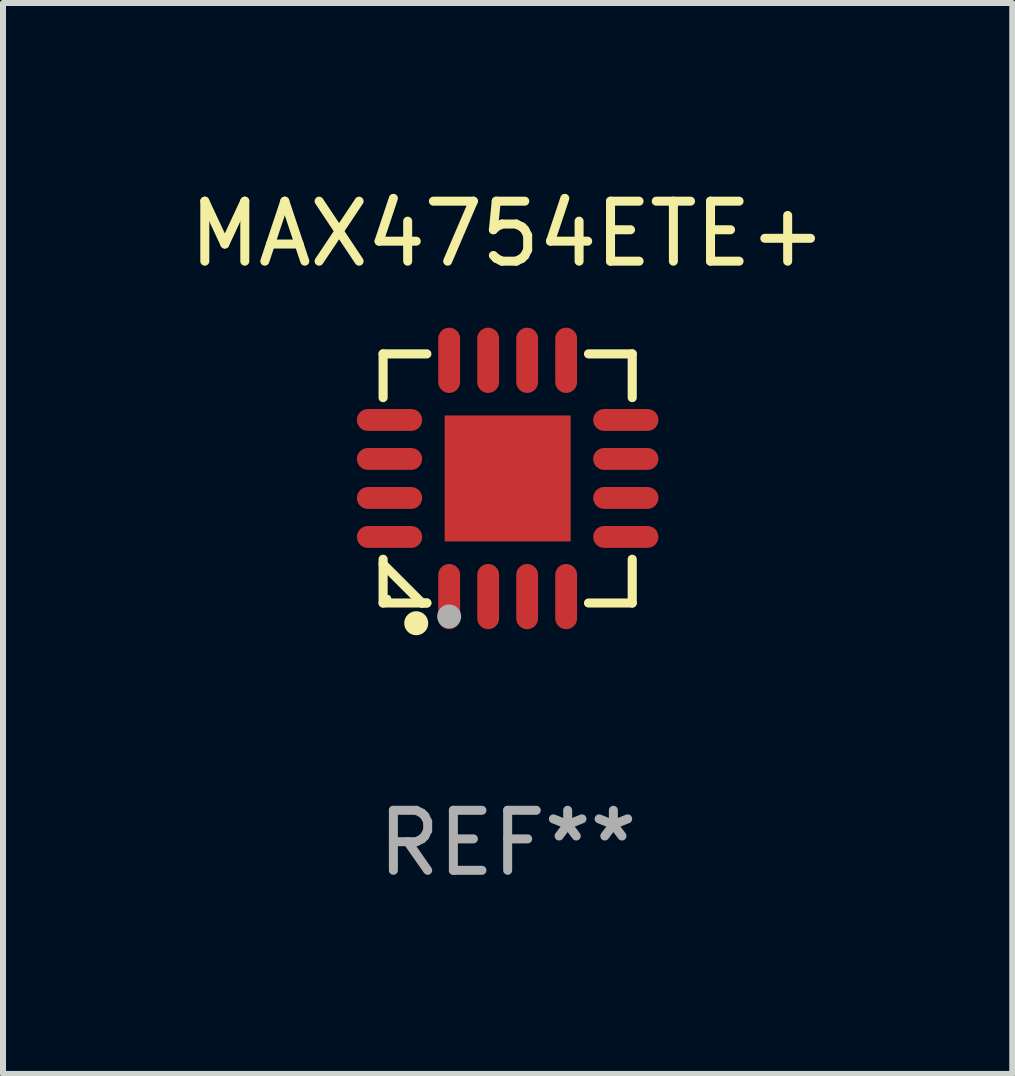
<source format=kicad_pcb>
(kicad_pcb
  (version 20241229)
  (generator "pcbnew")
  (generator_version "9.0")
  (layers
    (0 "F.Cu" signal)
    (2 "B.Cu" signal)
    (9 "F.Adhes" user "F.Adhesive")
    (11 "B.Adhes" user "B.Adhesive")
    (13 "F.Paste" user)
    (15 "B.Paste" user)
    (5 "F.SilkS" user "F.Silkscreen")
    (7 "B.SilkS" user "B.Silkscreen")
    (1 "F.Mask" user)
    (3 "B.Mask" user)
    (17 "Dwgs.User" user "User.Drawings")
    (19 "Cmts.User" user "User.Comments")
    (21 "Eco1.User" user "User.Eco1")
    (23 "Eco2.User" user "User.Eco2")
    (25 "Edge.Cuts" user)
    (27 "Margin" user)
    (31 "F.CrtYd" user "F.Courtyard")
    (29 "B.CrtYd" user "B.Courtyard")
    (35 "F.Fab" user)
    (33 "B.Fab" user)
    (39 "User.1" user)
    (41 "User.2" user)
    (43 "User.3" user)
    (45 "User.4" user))
  (footprint "MAX4754ETE+"
    (layer "F.Cu")
    (at 5.411 4.924)
    (property "Reference" "MAX4754ETE+" (at 0 -4.076 0) (layer "F.SilkS") (effects (font (size 1 1) (thickness 0.15))))
    (attr through_hole)
    (fp_line (start -2.076 -2.076) (end -1.347 -2.076) (stroke (width 0.152) (type solid)) (layer "F.SilkS"))
    (fp_line (start -2.076 -1.347) (end -2.076 -2.076) (stroke (width 0.152) (type solid)) (layer "F.SilkS"))
    (fp_line (start -2.076 1.347) (end -2.076 2.076) (stroke (width 0.152) (type solid)) (layer "F.SilkS"))
    (fp_line (start -2.076 2.076) (end -1.347 2.076) (stroke (width 0.152) (type solid)) (layer "F.SilkS"))
    (fp_line (start -1.429 2.076) (end -2.076 1.429) (stroke (width 0.152) (type solid)) (layer "F.SilkS"))
    (fp_line (start -1.347 2.076) (end -1.429 2.076) (stroke (width 0.152) (type solid)) (layer "F.SilkS"))
    (fp_line (start 2.076 -2.076) (end 1.347 -2.076) (stroke (width 0.152) (type solid)) (layer "F.SilkS"))
    (fp_line (start 2.076 -1.347) (end 2.076 -2.076) (stroke (width 0.152) (type solid)) (layer "F.SilkS"))
    (fp_line (start 2.076 1.347) (end 2.076 2.076) (stroke (width 0.152) (type solid)) (layer "F.SilkS"))
    (fp_line (start 2.076 2.076) (end 1.347 2.076) (stroke (width 0.152) (type solid)) (layer "F.SilkS"))
    (fp_circle (center -2 2) (end -1.97 2) (stroke (width 0.06) (type solid)) (fill no) (layer "F.SilkS"))
    (fp_circle (center -1.524 2.413) (end -1.424 2.413) (stroke (width 0.2) (type solid)) (fill no) (layer "F.SilkS"))
    (fp_circle (center -0.975 2.3) (end -0.875 2.3) (stroke (width 0.2) (type solid)) (fill no) (layer "F.Fab"))
    (fp_text user "REF**" (at 0 6.076 0) (layer "F.Fab") (effects (font (size 1 1) (thickness 0.15))))
    (pad "1" smd oval (at -0.975 1.969) (size 0.364 1.087) (layers "F.Cu" "F.Mask" "F.Paste"))
    (pad "2" smd oval (at -0.325 1.969) (size 0.364 1.087) (layers "F.Cu" "F.Mask" "F.Paste"))
    (pad "3" smd oval (at 0.325 1.969) (size 0.364 1.087) (layers "F.Cu" "F.Mask" "F.Paste"))
    (pad "4" smd oval (at 0.975 1.969) (size 0.364 1.087) (layers "F.Cu" "F.Mask" "F.Paste"))
    (pad "5" smd oval (at 1.969 0.975) (size 1.087 0.364) (layers "F.Cu" "F.Mask" "F.Paste"))
    (pad "6" smd oval (at 1.969 0.325) (size 1.087 0.364) (layers "F.Cu" "F.Mask" "F.Paste"))
    (pad "7" smd oval (at 1.969 -0.325) (size 1.087 0.364) (layers "F.Cu" "F.Mask" "F.Paste"))
    (pad "8" smd oval (at 1.969 -0.975) (size 1.087 0.364) (layers "F.Cu" "F.Mask" "F.Paste"))
    (pad "9" smd oval (at 0.975 -1.969) (size 0.364 1.087) (layers "F.Cu" "F.Mask" "F.Paste"))
    (pad "10" smd oval (at 0.325 -1.969) (size 0.364 1.087) (layers "F.Cu" "F.Mask" "F.Paste"))
    (pad "11" smd oval (at -0.325 -1.969) (size 0.364 1.087) (layers "F.Cu" "F.Mask" "F.Paste"))
    (pad "12" smd oval (at -0.975 -1.969) (size 0.364 1.087) (layers "F.Cu" "F.Mask" "F.Paste"))
    (pad "13" smd oval (at -1.969 -0.975) (size 1.087 0.364) (layers "F.Cu" "F.Mask" "F.Paste"))
    (pad "14" smd oval (at -1.969 -0.325) (size 1.087 0.364) (layers "F.Cu" "F.Mask" "F.Paste"))
    (pad "15" smd oval (at -1.969 0.325) (size 1.087 0.364) (layers "F.Cu" "F.Mask" "F.Paste"))
    (pad "16" smd oval (at -1.969 0.975) (size 1.087 0.364) (layers "F.Cu" "F.Mask" "F.Paste"))
    (pad "17" smd rect (at 0 0) (size 2.1 2.1) (layers "F.Cu" "F.Mask" "F.Paste")))
  (gr_rect
    (start -3 -3)
    (end 13.821 14.849)
    (stroke (width 0.1) (type default))
    (fill no)
    (layer "Edge.Cuts")))
</source>
